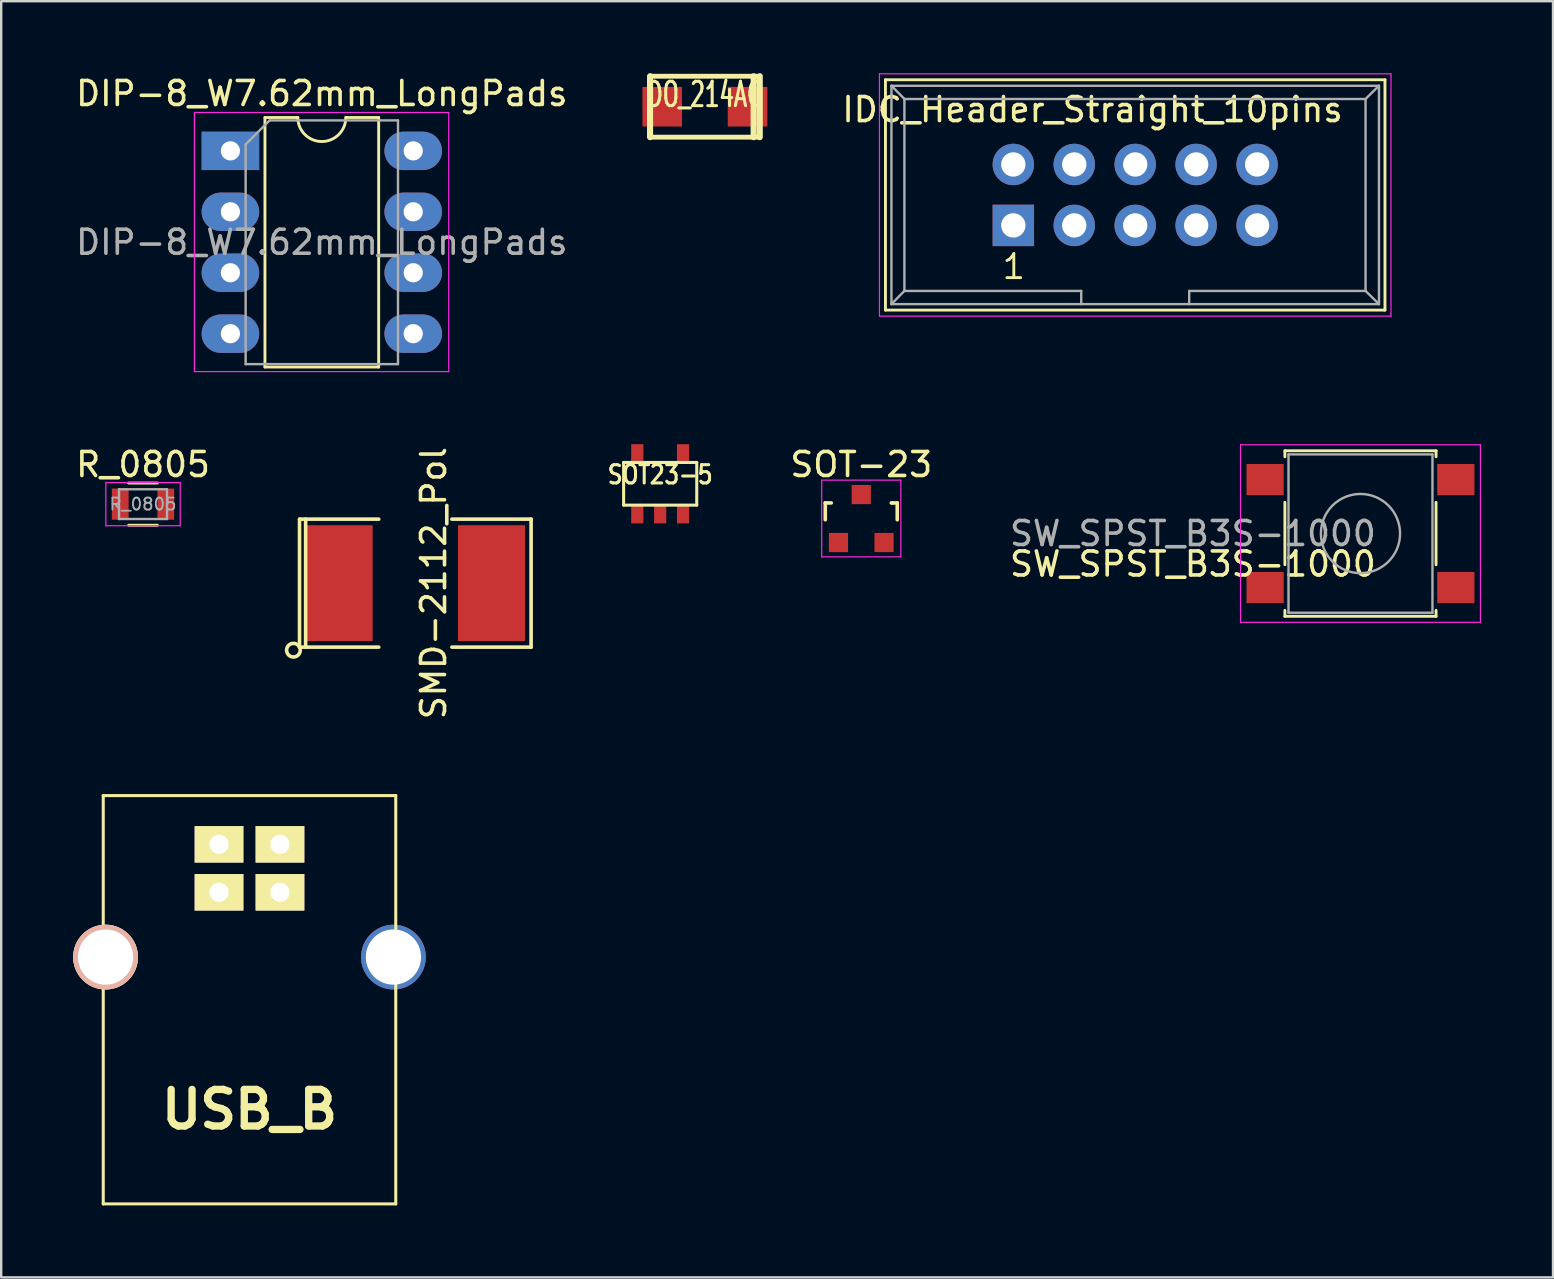
<source format=kicad_pcb>
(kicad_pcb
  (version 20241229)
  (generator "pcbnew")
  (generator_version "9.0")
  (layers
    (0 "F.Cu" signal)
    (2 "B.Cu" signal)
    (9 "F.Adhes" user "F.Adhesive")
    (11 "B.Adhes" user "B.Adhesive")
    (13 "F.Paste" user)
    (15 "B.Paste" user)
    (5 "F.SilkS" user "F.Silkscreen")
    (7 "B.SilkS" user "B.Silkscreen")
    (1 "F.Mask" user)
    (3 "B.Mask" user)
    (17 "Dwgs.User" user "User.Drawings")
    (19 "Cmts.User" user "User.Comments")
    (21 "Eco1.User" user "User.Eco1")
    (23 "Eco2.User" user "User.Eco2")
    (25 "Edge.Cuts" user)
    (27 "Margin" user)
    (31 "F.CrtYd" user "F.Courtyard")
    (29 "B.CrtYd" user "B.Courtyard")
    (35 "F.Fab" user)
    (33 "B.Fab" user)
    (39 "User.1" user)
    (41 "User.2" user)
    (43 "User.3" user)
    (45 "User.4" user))
  (footprint "USB_B"
    (layer "F.Cu")
    (at 7.349 36.841)
    (property "Reference" "USB_B" (at 0 6.35 0) (layer "F.SilkS") (effects (font (size 1.524 1.524) (thickness 0.305))))
    (attr through_hole)
    (fp_line (start -6.096 -6.731) (end -6.096 10.287) (stroke (width 0.127) (type solid)) (layer "F.SilkS"))
    (fp_line (start -6.096 10.287) (end 6.096 10.287) (stroke (width 0.127) (type solid)) (layer "F.SilkS"))
    (fp_line (start 6.096 -6.731) (end -6.096 -6.731) (stroke (width 0.127) (type solid)) (layer "F.SilkS"))
    (fp_line (start 6.096 10.287) (end 6.096 -6.731) (stroke (width 0.127) (type solid)) (layer "F.SilkS"))
    (pad "1" thru_hole rect (at 1.27 -4.699) (size 2.032 1.524) (drill 0.8) (layers "*.Cu" "*.Mask" "F.SilkS"))
    (pad "2" thru_hole rect (at -1.27 -4.699) (size 2.032 1.524) (drill 0.8) (layers "*.Cu" "*.Mask" "F.SilkS"))
    (pad "3" thru_hole rect (at -1.27 -2.7) (size 2.032 1.524) (drill 0.8) (layers "*.Cu" "*.Mask" "F.SilkS"))
    (pad "4" thru_hole rect (at 1.27 -2.7) (size 2.032 1.524) (drill 0.8) (layers "*.Cu" "*.Mask" "F.SilkS"))
    (pad "5" thru_hole circle (at 5.999 0) (size 2.7 2.7) (drill 2.301) (layers "*.Cu" "*.Mask"))
    (pad "6" thru_hole circle (at -5.999 0) (size 2.7 2.7) (drill 2.301) (layers "*.Cu" "*.SilkS" "*.Mask")))
  (footprint "SOT23-5"
    (layer "F.Cu")
    (at 24.466 17.114)
    (property "Reference" "SOT23-5" (at 0 -0.381 0) (layer "F.SilkS") (effects (font (size 0.762 0.635) (thickness 0.127))))
    (attr smd)
    (fp_line (start -1.524 -0.889) (end 1.524 -0.889) (stroke (width 0.127) (type solid)) (layer "F.SilkS"))
    (fp_line (start -1.524 0.889) (end -1.524 -0.889) (stroke (width 0.127) (type solid)) (layer "F.SilkS"))
    (fp_line (start 1.524 -0.889) (end 1.524 0.889) (stroke (width 0.127) (type solid)) (layer "F.SilkS"))
    (fp_line (start 1.524 0.889) (end -1.524 0.889) (stroke (width 0.127) (type solid)) (layer "F.SilkS"))
    (pad "1" smd rect (at -0.953 1.27) (size 0.508 0.762) (layers "F.Cu" "F.Mask" "F.Paste"))
    (pad "2" smd rect (at 0 1.27) (size 0.508 0.762) (layers "F.Cu" "F.Mask" "F.Paste"))
    (pad "3" smd rect (at 0.953 1.27) (size 0.508 0.762) (layers "F.Cu" "F.Mask" "F.Paste"))
    (pad "4" smd rect (at 0.953 -1.27) (size 0.508 0.762) (layers "F.Cu" "F.Mask" "F.Paste"))
    (pad "5" smd rect (at -0.953 -1.27) (size 0.508 0.762) (layers "F.Cu" "F.Mask" "F.Paste")))
  (footprint "SMD-2112_Pol"
    (layer "F.Cu")
    (at 14.26 21.255)
    (property "Reference" "SMD-2112_Pol" (at 0.762 0 90) (layer "F.SilkS") (effects (font (size 1 1) (thickness 0.15))))
    (attr smd)
    (fp_line (start -4.826 -2.667) (end -4.826 2.667) (stroke (width 0.15) (type solid)) (layer "F.SilkS"))
    (fp_line (start -4.572 -2.667) (end -4.572 2.667) (stroke (width 0.15) (type solid)) (layer "F.SilkS"))
    (fp_line (start -1.524 -2.667) (end -4.826 -2.667) (stroke (width 0.15) (type solid)) (layer "F.SilkS"))
    (fp_line (start -1.524 2.667) (end -4.826 2.667) (stroke (width 0.15) (type solid)) (layer "F.SilkS"))
    (fp_line (start 1.524 -2.667) (end 4.826 -2.667) (stroke (width 0.15) (type solid)) (layer "F.SilkS"))
    (fp_line (start 4.826 -2.667) (end 4.826 2.667) (stroke (width 0.15) (type solid)) (layer "F.SilkS"))
    (fp_line (start 4.826 2.667) (end 1.524 2.667) (stroke (width 0.15) (type solid)) (layer "F.SilkS"))
    (fp_circle (center -5.08 2.794) (end -4.826 2.667) (stroke (width 0.15) (type solid)) (fill no) (layer "F.SilkS"))
    (pad "1" smd rect (at -3.175 0) (size 2.794 4.826) (layers "F.Cu" "F.Mask" "F.Paste"))
    (pad "2" smd rect (at 3.175 0) (size 2.794 4.826) (layers "F.Cu" "F.Mask" "F.Paste")))
  (footprint "IDC_Header_Straight_10pins"
    (layer "F.Cu")
    (at 39.185 6.345)
    (property "Reference" "IDC_Header_Straight_10pins" (at 3.302 -4.826 0) (layer "F.SilkS") (effects (font (size 1 1) (thickness 0.15))))
    (attr through_hole)
    (fp_line (start -5.33 -6.07) (end 15.49 -6.07) (stroke (width 0.12) (type solid)) (layer "F.SilkS"))
    (fp_line (start -5.33 3.53) (end -5.33 -6.07) (stroke (width 0.12) (type solid)) (layer "F.SilkS"))
    (fp_line (start 15.49 -6.07) (end 15.49 3.53) (stroke (width 0.12) (type solid)) (layer "F.SilkS"))
    (fp_line (start 15.49 3.53) (end -5.33 3.53) (stroke (width 0.12) (type solid)) (layer "F.SilkS"))
    (fp_line (start -5.58 -6.32) (end 15.74 -6.32) (stroke (width 0.05) (type solid)) (layer "F.CrtYd"))
    (fp_line (start -5.58 3.78) (end -5.58 -6.32) (stroke (width 0.05) (type solid)) (layer "F.CrtYd"))
    (fp_line (start 15.74 -6.32) (end 15.74 3.78) (stroke (width 0.05) (type solid)) (layer "F.CrtYd"))
    (fp_line (start 15.74 3.78) (end -5.58 3.78) (stroke (width 0.05) (type solid)) (layer "F.CrtYd"))
    (fp_line (start -5.08 -5.82) (end -5.08 3.28) (stroke (width 0.1) (type solid)) (layer "F.Fab"))
    (fp_line (start -5.08 -5.82) (end -4.54 -5.27) (stroke (width 0.1) (type solid)) (layer "F.Fab"))
    (fp_line (start -5.08 -5.82) (end 15.24 -5.82) (stroke (width 0.1) (type solid)) (layer "F.Fab"))
    (fp_line (start -5.08 3.28) (end -4.54 2.73) (stroke (width 0.1) (type solid)) (layer "F.Fab"))
    (fp_line (start -5.08 3.28) (end 15.24 3.28) (stroke (width 0.1) (type solid)) (layer "F.Fab"))
    (fp_line (start -4.54 -5.27) (end -4.54 2.73) (stroke (width 0.1) (type solid)) (layer "F.Fab"))
    (fp_line (start -4.54 -5.27) (end 14.68 -5.27) (stroke (width 0.1) (type solid)) (layer "F.Fab"))
    (fp_line (start -4.54 2.73) (end 2.83 2.73) (stroke (width 0.1) (type solid)) (layer "F.Fab"))
    (fp_line (start 2.83 2.73) (end 2.83 3.28) (stroke (width 0.1) (type solid)) (layer "F.Fab"))
    (fp_line (start 7.33 2.73) (end 7.33 3.28) (stroke (width 0.1) (type solid)) (layer "F.Fab"))
    (fp_line (start 7.33 2.73) (end 14.68 2.73) (stroke (width 0.1) (type solid)) (layer "F.Fab"))
    (fp_line (start 14.68 -5.27) (end 14.68 2.73) (stroke (width 0.1) (type solid)) (layer "F.Fab"))
    (fp_line (start 15.24 -5.82) (end 14.68 -5.27) (stroke (width 0.1) (type solid)) (layer "F.Fab"))
    (fp_line (start 15.24 -5.82) (end 15.24 3.28) (stroke (width 0.1) (type solid)) (layer "F.Fab"))
    (fp_line (start 15.24 3.28) (end 14.68 2.73) (stroke (width 0.1) (type solid)) (layer "F.Fab"))
    (fp_text user "1" (at 0.02 1.72 0) (layer "F.SilkS") (effects (font (size 1 1) (thickness 0.12))))
    (pad "1" thru_hole rect (at 0 0) (size 1.727 1.727) (drill 1.016) (layers "*.Cu" "*.Mask"))
    (pad "2" thru_hole oval (at 0 -2.54) (size 1.727 1.727) (drill 1.016) (layers "*.Cu" "*.Mask"))
    (pad "3" thru_hole oval (at 2.54 0) (size 1.727 1.727) (drill 1.016) (layers "*.Cu" "*.Mask"))
    (pad "4" thru_hole oval (at 2.54 -2.54) (size 1.727 1.727) (drill 1.016) (layers "*.Cu" "*.Mask"))
    (pad "5" thru_hole oval (at 5.08 0) (size 1.727 1.727) (drill 1.016) (layers "*.Cu" "*.Mask"))
    (pad "6" thru_hole oval (at 5.08 -2.54) (size 1.727 1.727) (drill 1.016) (layers "*.Cu" "*.Mask"))
    (pad "7" thru_hole oval (at 7.62 0) (size 1.727 1.727) (drill 1.016) (layers "*.Cu" "*.Mask"))
    (pad "8" thru_hole oval (at 7.62 -2.54) (size 1.727 1.727) (drill 1.016) (layers "*.Cu" "*.Mask"))
    (pad "9" thru_hole oval (at 10.16 0) (size 1.727 1.727) (drill 1.016) (layers "*.Cu" "*.Mask"))
    (pad "10" thru_hole oval (at 10.16 -2.54) (size 1.727 1.727) (drill 1.016) (layers "*.Cu" "*.Mask")))
  (footprint "SW_SPST_B3S-1000"
    (layer "F.Cu")
    (at 53.654 19.188)
    (property "Reference" "SW_SPST_B3S-1000" (at -6.985 1.27 0) (layer "F.SilkS") (effects (font (size 1 1) (thickness 0.15))))
    (attr smd)
    (fp_line (start -3.15 -3.45) (end 3.15 -3.45) (stroke (width 0.12) (type solid)) (layer "F.SilkS"))
    (fp_line (start -3.15 -3.2) (end -3.15 -3.45) (stroke (width 0.12) (type solid)) (layer "F.SilkS"))
    (fp_line (start -3.15 1.3) (end -3.15 -1.3) (stroke (width 0.12) (type solid)) (layer "F.SilkS"))
    (fp_line (start -3.15 3.45) (end -3.15 3.2) (stroke (width 0.12) (type solid)) (layer "F.SilkS"))
    (fp_line (start 3.15 -3.45) (end 3.15 -3.2) (stroke (width 0.12) (type solid)) (layer "F.SilkS"))
    (fp_line (start 3.15 -1.3) (end 3.15 1.3) (stroke (width 0.12) (type solid)) (layer "F.SilkS"))
    (fp_line (start 3.15 3.2) (end 3.15 3.45) (stroke (width 0.12) (type solid)) (layer "F.SilkS"))
    (fp_line (start 3.15 3.45) (end -3.15 3.45) (stroke (width 0.12) (type solid)) (layer "F.SilkS"))
    (fp_line (start -5 -3.7) (end -5 3.7) (stroke (width 0.05) (type solid)) (layer "F.CrtYd"))
    (fp_line (start -5 3.7) (end 5 3.7) (stroke (width 0.05) (type solid)) (layer "F.CrtYd"))
    (fp_line (start 5 -3.7) (end -5 -3.7) (stroke (width 0.05) (type solid)) (layer "F.CrtYd"))
    (fp_line (start 5 3.7) (end 5 -3.7) (stroke (width 0.05) (type solid)) (layer "F.CrtYd"))
    (fp_line (start -3 -3.3) (end 3 -3.3) (stroke (width 0.1) (type solid)) (layer "F.Fab"))
    (fp_line (start -3 3.3) (end -3 -3.3) (stroke (width 0.1) (type solid)) (layer "F.Fab"))
    (fp_line (start 3 -3.3) (end 3 3.3) (stroke (width 0.1) (type solid)) (layer "F.Fab"))
    (fp_line (start 3 3.3) (end -3 3.3) (stroke (width 0.1) (type solid)) (layer "F.Fab"))
    (fp_circle (center 0 0) (end 1.65 0) (stroke (width 0.1) (type solid)) (fill no) (layer "F.Fab"))
    (fp_text user "${REFERENCE}" (at -6.985 0 0) (layer "F.Fab") (effects (font (size 1 1) (thickness 0.15))))
    (pad "1" smd rect (at -3.975 -2.25) (size 1.55 1.3) (layers "F.Cu" "F.Mask" "F.Paste"))
    (pad "1" smd rect (at 3.975 -2.25) (size 1.55 1.3) (layers "F.Cu" "F.Mask" "F.Paste"))
    (pad "2" smd rect (at -3.975 2.25) (size 1.55 1.3) (layers "F.Cu" "F.Mask" "F.Paste"))
    (pad "2" smd rect (at 3.975 2.25) (size 1.55 1.3) (layers "F.Cu" "F.Mask" "F.Paste")))
  (footprint "DO_214AC"
    (layer "F.Cu")
    (at 26.33 1.397)
    (property "Reference" "DO_214AC" (at 0 -0.508 0) (layer "F.SilkS") (effects (font (size 1.016 0.635) (thickness 0.127))))
    (attr smd)
    (fp_line (start -2.286 -1.27) (end -2.286 1.27) (stroke (width 0.254) (type solid)) (layer "F.SilkS"))
    (fp_line (start -2.286 -1.27) (end 2.286 -1.27) (stroke (width 0.203) (type solid)) (layer "F.SilkS"))
    (fp_line (start 2.032 1.27) (end 2.032 -1.27) (stroke (width 0.254) (type solid)) (layer "F.SilkS"))
    (fp_line (start 2.286 1.27) (end -2.286 1.27) (stroke (width 0.203) (type solid)) (layer "F.SilkS"))
    (fp_line (start 2.286 1.27) (end 2.286 -1.27) (stroke (width 0.254) (type solid)) (layer "F.SilkS"))
    (pad "1" smd rect (at -1.778 0) (size 1.651 1.651) (layers "F.Cu" "F.Mask" "F.Paste"))
    (pad "2" smd rect (at 1.778 0) (size 1.651 1.651) (layers "F.Cu" "F.Mask" "F.Paste")))
  (footprint "DIP-8_W7.62mm_LongPads"
    (layer "F.Cu")
    (at 6.553 3.238)
    (property "Reference" "DIP-8_W7.62mm_LongPads" (at 3.81 -2.39 0) (layer "F.SilkS") (effects (font (size 1 1) (thickness 0.15))))
    (attr through_hole)
    (fp_line (start 1.44 -1.39) (end 1.44 9.01) (stroke (width 0.12) (type solid)) (layer "F.SilkS"))
    (fp_line (start 1.44 9.01) (end 6.18 9.01) (stroke (width 0.12) (type solid)) (layer "F.SilkS"))
    (fp_line (start 2.81 -1.39) (end 1.44 -1.39) (stroke (width 0.12) (type solid)) (layer "F.SilkS"))
    (fp_line (start 6.18 -1.39) (end 4.81 -1.39) (stroke (width 0.12) (type solid)) (layer "F.SilkS"))
    (fp_line (start 6.18 9.01) (end 6.18 -1.39) (stroke (width 0.12) (type solid)) (layer "F.SilkS"))
    (fp_arc (start 4.81 -1.39) (mid 3.81 -0.39) (end 2.81 -1.39) (stroke (width 0.12) (type solid)) (layer "F.SilkS"))
    (fp_line (start -1.5 -1.6) (end -1.5 9.2) (stroke (width 0.05) (type solid)) (layer "F.CrtYd"))
    (fp_line (start -1.5 9.2) (end 9.1 9.2) (stroke (width 0.05) (type solid)) (layer "F.CrtYd"))
    (fp_line (start 9.1 -1.6) (end -1.5 -1.6) (stroke (width 0.05) (type solid)) (layer "F.CrtYd"))
    (fp_line (start 9.1 9.2) (end 9.1 -1.6) (stroke (width 0.05) (type solid)) (layer "F.CrtYd"))
    (fp_line (start 0.635 -0.27) (end 1.635 -1.27) (stroke (width 0.1) (type solid)) (layer "F.Fab"))
    (fp_line (start 0.635 8.89) (end 0.635 -0.27) (stroke (width 0.1) (type solid)) (layer "F.Fab"))
    (fp_line (start 1.635 -1.27) (end 6.985 -1.27) (stroke (width 0.1) (type solid)) (layer "F.Fab"))
    (fp_line (start 6.985 -1.27) (end 6.985 8.89) (stroke (width 0.1) (type solid)) (layer "F.Fab"))
    (fp_line (start 6.985 8.89) (end 0.635 8.89) (stroke (width 0.1) (type solid)) (layer "F.Fab"))
    (fp_text user "${REFERENCE}" (at 3.81 3.81 0) (layer "F.Fab") (effects (font (size 1 1) (thickness 0.15))))
    (pad "1" thru_hole rect (at 0 0) (size 2.4 1.6) (drill 0.8) (layers "*.Cu" "*.Mask"))
    (pad "2" thru_hole oval (at 0 2.54) (size 2.4 1.6) (drill 0.8) (layers "*.Cu" "*.Mask"))
    (pad "3" thru_hole oval (at 0 5.08) (size 2.4 1.6) (drill 0.8) (layers "*.Cu" "*.Mask"))
    (pad "4" thru_hole oval (at 0 7.62) (size 2.4 1.6) (drill 0.8) (layers "*.Cu" "*.Mask"))
    (pad "5" thru_hole oval (at 7.62 7.62) (size 2.4 1.6) (drill 0.8) (layers "*.Cu" "*.Mask"))
    (pad "6" thru_hole oval (at 7.62 5.08) (size 2.4 1.6) (drill 0.8) (layers "*.Cu" "*.Mask"))
    (pad "7" thru_hole oval (at 7.62 2.54) (size 2.4 1.6) (drill 0.8) (layers "*.Cu" "*.Mask"))
    (pad "8" thru_hole oval (at 7.62 0) (size 2.4 1.6) (drill 0.8) (layers "*.Cu" "*.Mask")))
  (footprint "R_0805"
    (layer "F.Cu")
    (at 2.911 17.962)
    (property "Reference" "R_0805" (at 0 -1.65 0) (layer "F.SilkS") (effects (font (size 1 1) (thickness 0.15))))
    (attr smd)
    (fp_line (start -0.6 -0.88) (end 0.6 -0.88) (stroke (width 0.12) (type solid)) (layer "F.SilkS"))
    (fp_line (start 0.6 0.88) (end -0.6 0.88) (stroke (width 0.12) (type solid)) (layer "F.SilkS"))
    (fp_line (start -1.55 -0.9) (end -1.55 0.9) (stroke (width 0.05) (type solid)) (layer "F.CrtYd"))
    (fp_line (start -1.55 -0.9) (end 1.55 -0.9) (stroke (width 0.05) (type solid)) (layer "F.CrtYd"))
    (fp_line (start 1.55 0.9) (end -1.55 0.9) (stroke (width 0.05) (type solid)) (layer "F.CrtYd"))
    (fp_line (start 1.55 0.9) (end 1.55 -0.9) (stroke (width 0.05) (type solid)) (layer "F.CrtYd"))
    (fp_line (start -1 -0.62) (end 1 -0.62) (stroke (width 0.1) (type solid)) (layer "F.Fab"))
    (fp_line (start -1 0.62) (end -1 -0.62) (stroke (width 0.1) (type solid)) (layer "F.Fab"))
    (fp_line (start 1 -0.62) (end 1 0.62) (stroke (width 0.1) (type solid)) (layer "F.Fab"))
    (fp_line (start 1 0.62) (end -1 0.62) (stroke (width 0.1) (type solid)) (layer "F.Fab"))
    (fp_text user "${REFERENCE}" (at 0 0 0) (layer "F.Fab") (effects (font (size 0.5 0.5) (thickness 0.075))))
    (pad "1" smd rect (at -0.95 0) (size 0.7 1.3) (layers "F.Cu" "F.Mask" "F.Paste"))
    (pad "2" smd rect (at 0.95 0) (size 0.7 1.3) (layers "F.Cu" "F.Mask" "F.Paste")))
  (footprint "SOT-23"
    (layer "F.Cu")
    (at 32.847 18.561)
    (property "Reference" "SOT-23" (at 0 -2.25 0) (layer "F.SilkS") (effects (font (size 1 1) (thickness 0.15))))
    (attr smd)
    (fp_line (start -1.5 -0.65) (end -1.251 -0.65) (stroke (width 0.15) (type solid)) (layer "F.SilkS"))
    (fp_line (start -1.5 0.051) (end -1.5 -0.65) (stroke (width 0.15) (type solid)) (layer "F.SilkS"))
    (fp_line (start 1.299 -0.65) (end 1.251 -0.65) (stroke (width 0.15) (type solid)) (layer "F.SilkS"))
    (fp_line (start 1.299 -0.65) (end 1.5 -0.65) (stroke (width 0.15) (type solid)) (layer "F.SilkS"))
    (fp_line (start 1.5 -0.65) (end 1.5 0.051) (stroke (width 0.15) (type solid)) (layer "F.SilkS"))
    (fp_line (start -1.65 -1.6) (end 1.65 -1.6) (stroke (width 0.05) (type solid)) (layer "F.CrtYd"))
    (fp_line (start -1.65 1.6) (end -1.65 -1.6) (stroke (width 0.05) (type solid)) (layer "F.CrtYd"))
    (fp_line (start 1.65 -1.6) (end 1.65 1.6) (stroke (width 0.05) (type solid)) (layer "F.CrtYd"))
    (fp_line (start 1.65 1.6) (end -1.65 1.6) (stroke (width 0.05) (type solid)) (layer "F.CrtYd"))
    (pad "1" smd rect (at -0.95 1.001) (size 0.8 0.8) (layers "F.Cu" "F.Mask" "F.Paste"))
    (pad "2" smd rect (at 0.95 1.001) (size 0.8 0.8) (layers "F.Cu" "F.Mask" "F.Paste"))
    (pad "3" smd rect (at 0 -0.998) (size 0.8 0.8) (layers "F.Cu" "F.Mask" "F.Paste")))
  (gr_rect
    (start -3 -3)
    (end 61.679 50.192)
    (stroke (width 0.1) (type default))
    (fill no)
    (layer "Edge.Cuts")))
</source>
